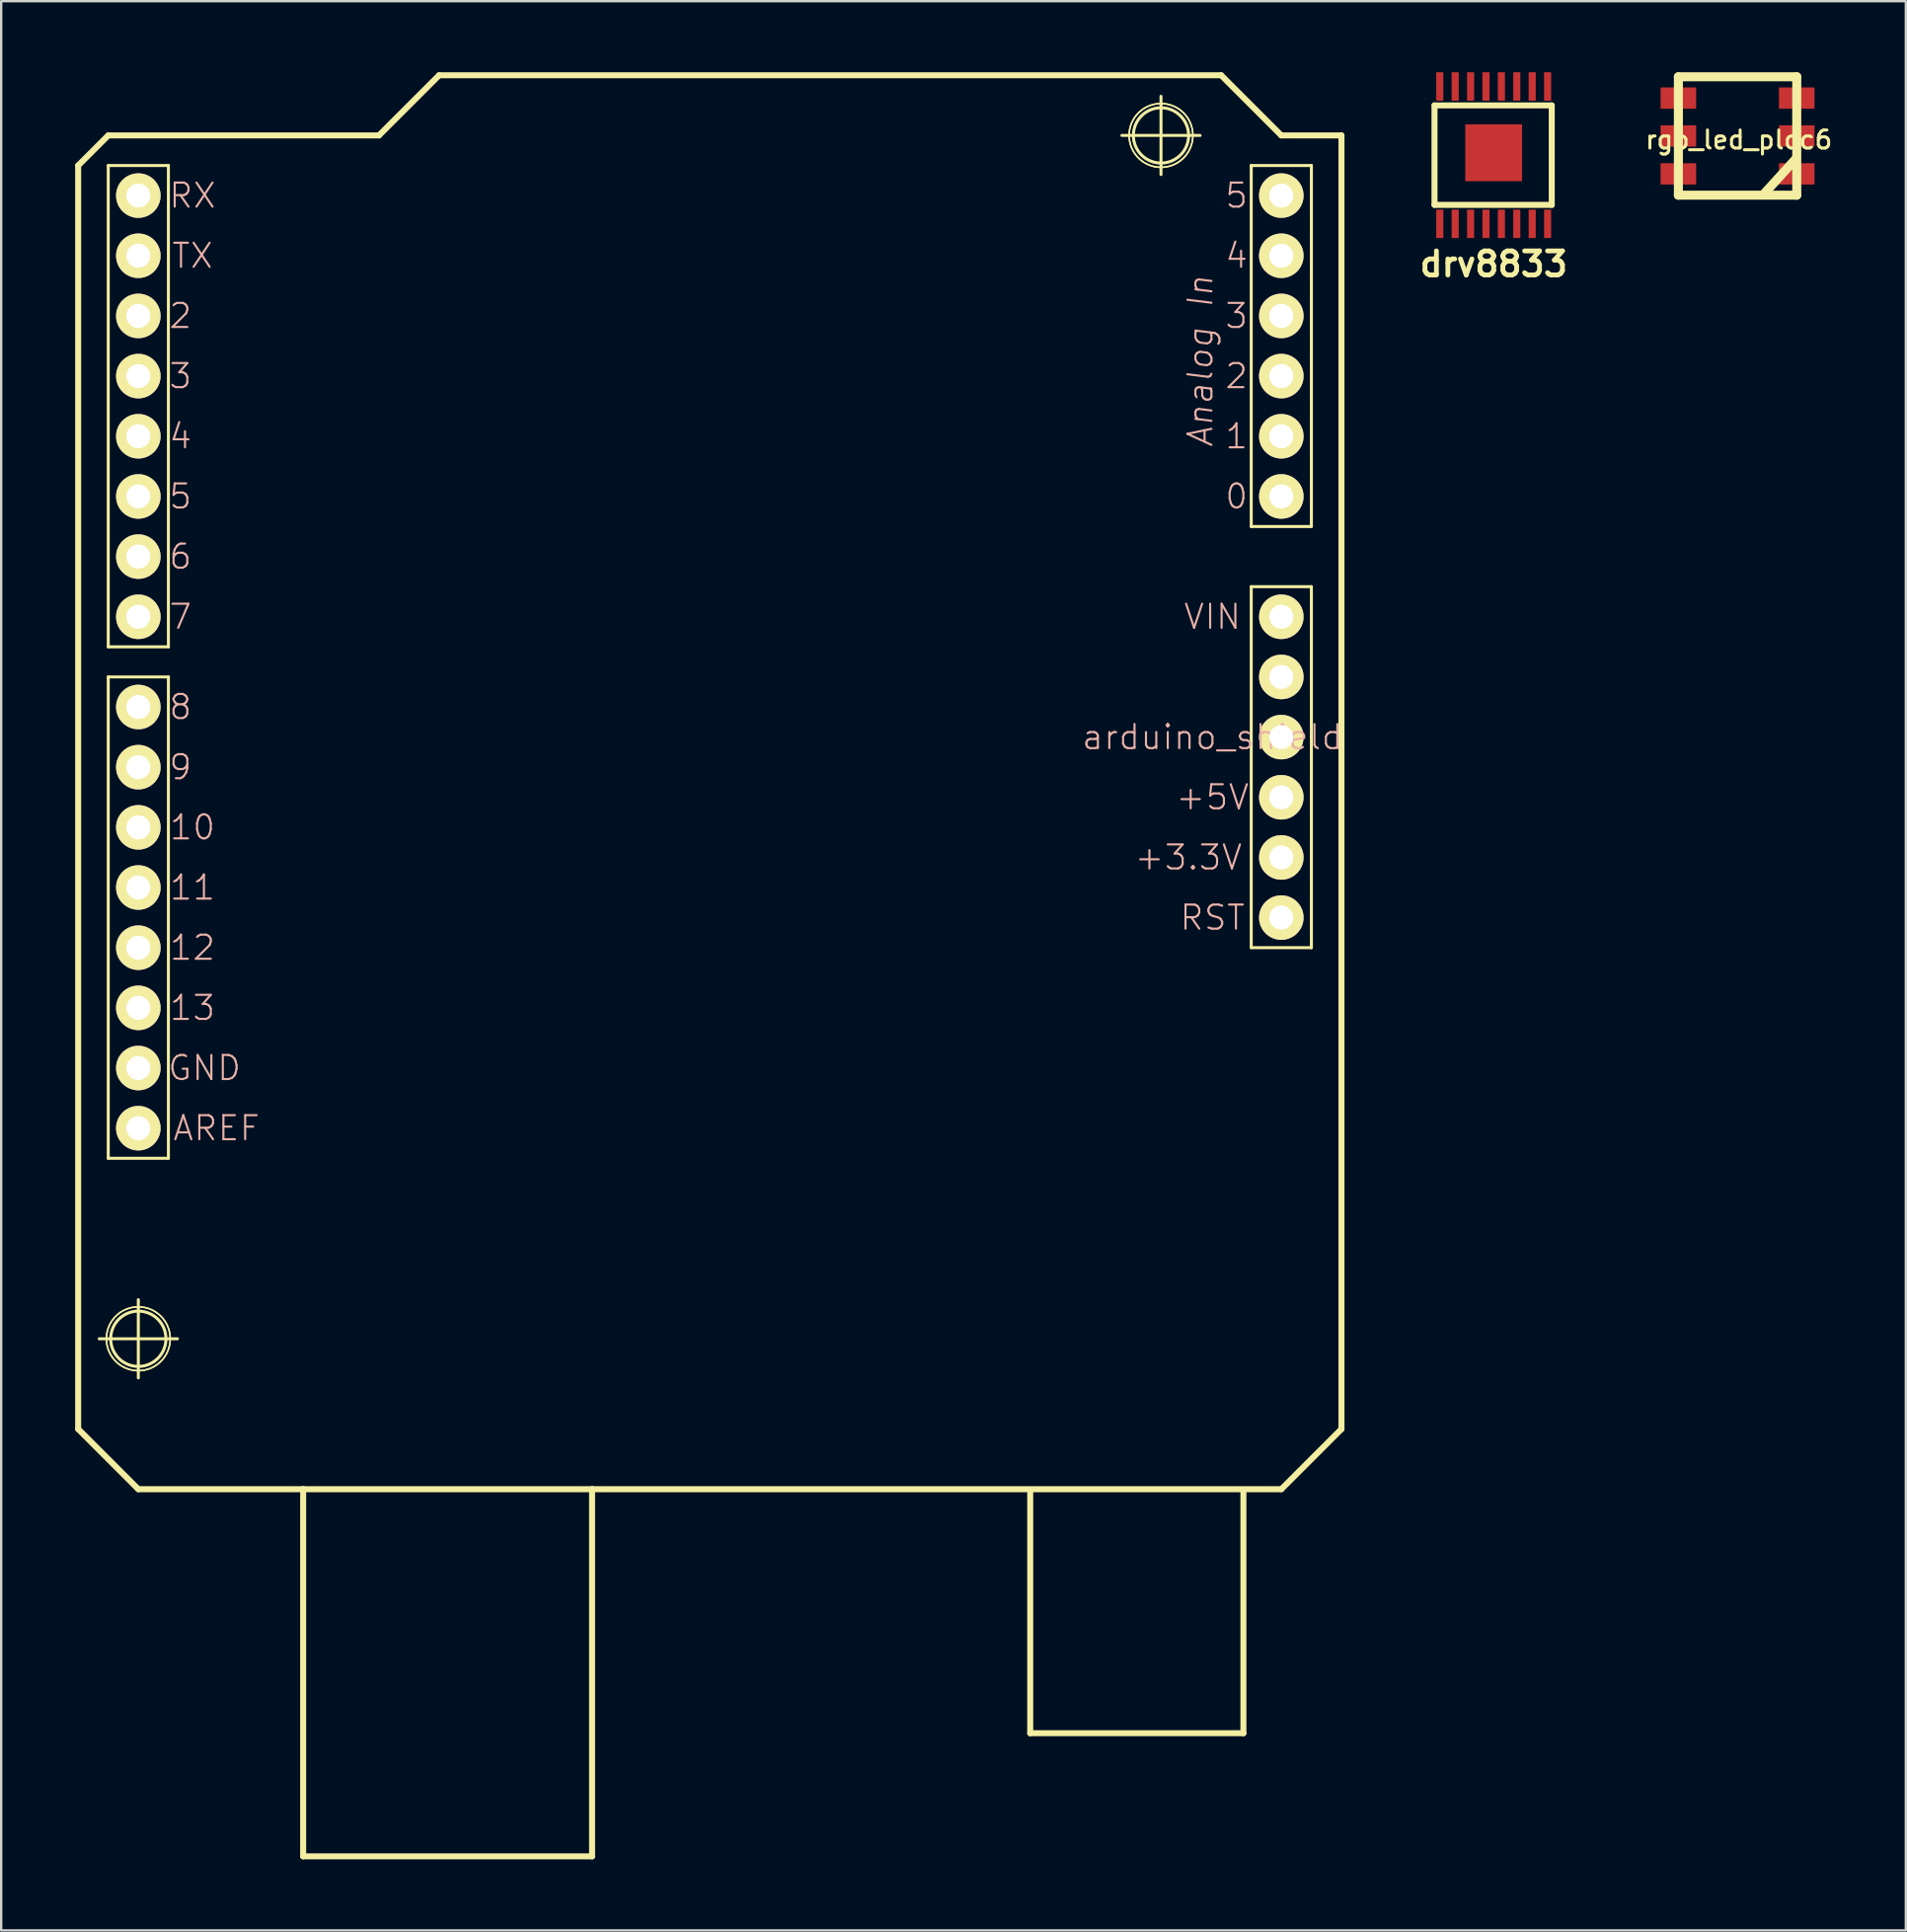
<source format=kicad_pcb>
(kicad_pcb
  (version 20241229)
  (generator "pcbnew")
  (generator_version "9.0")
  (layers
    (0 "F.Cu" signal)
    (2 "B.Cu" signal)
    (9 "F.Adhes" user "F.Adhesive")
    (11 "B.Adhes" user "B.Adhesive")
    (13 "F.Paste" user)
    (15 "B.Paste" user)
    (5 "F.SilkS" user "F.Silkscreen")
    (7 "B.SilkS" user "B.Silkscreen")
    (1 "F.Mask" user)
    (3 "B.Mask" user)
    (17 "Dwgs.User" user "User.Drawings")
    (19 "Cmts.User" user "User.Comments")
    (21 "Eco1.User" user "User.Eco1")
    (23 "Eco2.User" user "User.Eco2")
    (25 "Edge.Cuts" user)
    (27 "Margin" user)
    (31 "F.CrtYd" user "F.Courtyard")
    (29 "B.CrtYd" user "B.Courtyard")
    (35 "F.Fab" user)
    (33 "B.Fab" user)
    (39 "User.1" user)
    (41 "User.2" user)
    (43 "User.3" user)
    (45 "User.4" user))
  (footprint "drv8833"
    (layer "F.Cu")
    (at 60.017 3.399)
    (property "Reference" "drv8833" (at 0 4.699 0) (layer "F.SilkS") (effects (font (size 1.016 1.016) (thickness 0.203))))
    (attr smd)
    (fp_line (start -2.499 -1.999) (end 2.451 -1.999) (stroke (width 0.254) (type solid)) (layer "F.SilkS"))
    (fp_line (start -2.499 2.2) (end -2.499 -1.999) (stroke (width 0.254) (type solid)) (layer "F.SilkS"))
    (fp_line (start 2.451 -1.999) (end 2.451 2.2) (stroke (width 0.254) (type solid)) (layer "F.SilkS"))
    (fp_line (start 2.451 2.2) (end -2.499 2.2) (stroke (width 0.254) (type solid)) (layer "F.SilkS"))
    (pad "1" smd rect (at -2.276 3) (size 0.3 1.199) (layers "F.Cu" "F.Mask" "F.Paste"))
    (pad "2" smd rect (at -1.626 3) (size 0.3 1.199) (layers "F.Cu" "F.Mask" "F.Paste"))
    (pad "3" smd rect (at -0.975 3) (size 0.3 1.199) (layers "F.Cu" "F.Mask" "F.Paste"))
    (pad "3" smd rect (at 0 0) (size 2.4 2.4) (layers "F.Cu" "F.Mask" "F.Paste"))
    (pad "4" smd rect (at -0.325 3) (size 0.3 1.199) (layers "F.Cu" "F.Mask" "F.Paste"))
    (pad "5" smd rect (at 0.325 3) (size 0.3 1.199) (layers "F.Cu" "F.Mask" "F.Paste"))
    (pad "6" smd rect (at 0.975 3) (size 0.3 1.199) (layers "F.Cu" "F.Mask" "F.Paste"))
    (pad "7" smd rect (at 1.626 3) (size 0.3 1.199) (layers "F.Cu" "F.Mask" "F.Paste"))
    (pad "8" smd rect (at 2.276 3) (size 0.3 1.199) (layers "F.Cu" "F.Mask" "F.Paste"))
    (pad "9" smd rect (at 2.276 -2.799) (size 0.3 1.199) (layers "F.Cu" "F.Mask" "F.Paste"))
    (pad "10" smd rect (at 1.626 -2.799) (size 0.3 1.199) (layers "F.Cu" "F.Mask" "F.Paste"))
    (pad "11" smd rect (at 0.975 -2.799) (size 0.3 1.199) (layers "F.Cu" "F.Mask" "F.Paste"))
    (pad "12" smd rect (at 0.325 -2.799) (size 0.3 1.199) (layers "F.Cu" "F.Mask" "F.Paste"))
    (pad "13" smd rect (at -0.325 -2.799) (size 0.3 1.199) (layers "F.Cu" "F.Mask" "F.Paste"))
    (pad "14" smd rect (at -0.975 -2.799) (size 0.3 1.199) (layers "F.Cu" "F.Mask" "F.Paste"))
    (pad "15" smd rect (at -1.626 -2.799) (size 0.3 1.199) (layers "F.Cu" "F.Mask" "F.Paste"))
    (pad "16" smd rect (at -2.276 -2.799) (size 0.3 1.199) (layers "F.Cu" "F.Mask" "F.Paste")))
  (footprint "rgb_led_plcc6"
    (layer "F.Cu")
    (at 70.314 2.69)
    (property "Reference" "rgb_led_plcc6" (at 0.053 0.163 0) (layer "F.SilkS") (effects (font (size 0.762 0.762) (thickness 0.127))))
    (attr through_hole)
    (fp_line (start -2.499 -2.499) (end 2.499 -2.499) (stroke (width 0.381) (type solid)) (layer "F.SilkS"))
    (fp_line (start -2.499 2.499) (end -2.499 -2.499) (stroke (width 0.381) (type solid)) (layer "F.SilkS"))
    (fp_line (start 1.143 2.413) (end 2.413 1.016) (stroke (width 0.381) (type solid)) (layer "F.SilkS"))
    (fp_line (start 2.499 -2.499) (end 2.499 2.499) (stroke (width 0.381) (type solid)) (layer "F.SilkS"))
    (fp_line (start 2.499 2.499) (end -2.499 2.499) (stroke (width 0.381) (type solid)) (layer "F.SilkS"))
    (pad "1" smd rect (at -2.499 -1.6 90) (size 0.899 1.501) (layers "F.Cu" "F.Mask" "F.Paste"))
    (pad "2" smd rect (at 2.499 -1.6 90) (size 0.899 1.501) (layers "F.Cu" "F.Mask" "F.Paste"))
    (pad "3" smd rect (at -2.499 0 90) (size 0.899 1.501) (layers "F.Cu" "F.Mask" "F.Paste"))
    (pad "4" smd rect (at 2.499 0 90) (size 0.899 1.501) (layers "F.Cu" "F.Mask" "F.Paste"))
    (pad "5" smd rect (at -2.499 1.6 90) (size 0.899 1.501) (layers "F.Cu" "F.Mask" "F.Paste"))
    (pad "6" smd rect (at 2.499 1.6 90) (size 0.899 1.501) (layers "F.Cu" "F.Mask" "F.Paste")))
  (footprint "arduino_shield"
    (layer "F.Cu")
    (at 0.25 59.817)
    (property "Reference" "arduino_shield" (at 47.892 -31.75 180) (layer "B.SilkS") (effects (font (size 1.016 1.016) (thickness 0.089))))
    (attr exclude_from_pos_files exclude_from_bom)
    (fp_line (start 0 -55.88) (end 0 -2.54) (stroke (width 0.254) (type solid)) (layer "F.SilkS"))
    (fp_line (start 0 -2.54) (end 2.54 0) (stroke (width 0.254) (type solid)) (layer "F.SilkS"))
    (fp_line (start 0.889 -6.35) (end 4.191 -6.35) (stroke (width 0.127) (type solid)) (layer "F.SilkS"))
    (fp_line (start 1.27 -57.15) (end 0 -55.88) (stroke (width 0.254) (type solid)) (layer "F.SilkS"))
    (fp_line (start 1.27 -55.88) (end 3.81 -55.88) (stroke (width 0.127) (type solid)) (layer "F.SilkS"))
    (fp_line (start 1.27 -35.56) (end 1.27 -55.88) (stroke (width 0.127) (type solid)) (layer "F.SilkS"))
    (fp_line (start 1.27 -34.29) (end 3.81 -34.29) (stroke (width 0.127) (type solid)) (layer "F.SilkS"))
    (fp_line (start 1.27 -13.97) (end 1.27 -34.29) (stroke (width 0.127) (type solid)) (layer "F.SilkS"))
    (fp_line (start 2.54 -4.699) (end 2.54 -8.001) (stroke (width 0.127) (type solid)) (layer "F.SilkS"))
    (fp_line (start 2.54 0) (end 9.5 0) (stroke (width 0.254) (type solid)) (layer "F.SilkS"))
    (fp_line (start 3.81 -55.88) (end 3.81 -35.56) (stroke (width 0.127) (type solid)) (layer "F.SilkS"))
    (fp_line (start 3.81 -35.56) (end 1.27 -35.56) (stroke (width 0.127) (type solid)) (layer "F.SilkS"))
    (fp_line (start 3.81 -34.29) (end 3.81 -13.97) (stroke (width 0.127) (type solid)) (layer "F.SilkS"))
    (fp_line (start 3.81 -13.97) (end 1.27 -13.97) (stroke (width 0.127) (type solid)) (layer "F.SilkS"))
    (fp_line (start 9.5 0) (end 21.699 0) (stroke (width 0.254) (type solid)) (layer "F.SilkS"))
    (fp_line (start 9.5 15.499) (end 9.5 0) (stroke (width 0.254) (type solid)) (layer "F.SilkS"))
    (fp_line (start 9.5 15.499) (end 21.699 15.499) (stroke (width 0.254) (type solid)) (layer "F.SilkS"))
    (fp_line (start 12.7 -57.15) (end 1.27 -57.15) (stroke (width 0.254) (type solid)) (layer "F.SilkS"))
    (fp_line (start 15.24 -59.69) (end 12.7 -57.15) (stroke (width 0.254) (type solid)) (layer "F.SilkS"))
    (fp_line (start 21.699 0) (end 50.8 0) (stroke (width 0.254) (type solid)) (layer "F.SilkS"))
    (fp_line (start 21.699 15.499) (end 21.699 0) (stroke (width 0.254) (type solid)) (layer "F.SilkS"))
    (fp_line (start 40.198 10.3) (end 40.198 0.099) (stroke (width 0.254) (type solid)) (layer "F.SilkS"))
    (fp_line (start 40.198 10.3) (end 49.2 10.3) (stroke (width 0.254) (type solid)) (layer "F.SilkS"))
    (fp_line (start 44.069 -57.15) (end 47.371 -57.15) (stroke (width 0.127) (type solid)) (layer "F.SilkS"))
    (fp_line (start 45.72 -55.499) (end 45.72 -58.801) (stroke (width 0.127) (type solid)) (layer "F.SilkS"))
    (fp_line (start 48.26 -59.69) (end 15.24 -59.69) (stroke (width 0.254) (type solid)) (layer "F.SilkS"))
    (fp_line (start 49.2 10.3) (end 49.2 0.099) (stroke (width 0.254) (type solid)) (layer "F.SilkS"))
    (fp_line (start 49.53 -55.88) (end 52.07 -55.88) (stroke (width 0.127) (type solid)) (layer "F.SilkS"))
    (fp_line (start 49.53 -40.64) (end 49.53 -55.88) (stroke (width 0.127) (type solid)) (layer "F.SilkS"))
    (fp_line (start 49.53 -38.1) (end 49.53 -22.86) (stroke (width 0.127) (type solid)) (layer "F.SilkS"))
    (fp_line (start 49.53 -22.86) (end 52.07 -22.86) (stroke (width 0.127) (type solid)) (layer "F.SilkS"))
    (fp_line (start 50.8 -57.15) (end 48.26 -59.69) (stroke (width 0.254) (type solid)) (layer "F.SilkS"))
    (fp_line (start 50.8 0) (end 53.34 -2.54) (stroke (width 0.254) (type solid)) (layer "F.SilkS"))
    (fp_line (start 52.07 -55.88) (end 52.07 -40.64) (stroke (width 0.127) (type solid)) (layer "F.SilkS"))
    (fp_line (start 52.07 -40.64) (end 49.53 -40.64) (stroke (width 0.127) (type solid)) (layer "F.SilkS"))
    (fp_line (start 52.07 -38.1) (end 49.53 -38.1) (stroke (width 0.127) (type solid)) (layer "F.SilkS"))
    (fp_line (start 52.07 -22.86) (end 52.07 -38.1) (stroke (width 0.127) (type solid)) (layer "F.SilkS"))
    (fp_line (start 53.34 -57.15) (end 50.8 -57.15) (stroke (width 0.254) (type solid)) (layer "F.SilkS"))
    (fp_line (start 53.34 -2.54) (end 53.34 -57.15) (stroke (width 0.254) (type solid)) (layer "F.SilkS"))
    (fp_circle (center 2.54 -6.35) (end 3.365 -7.176) (stroke (width 0.127) (type solid)) (fill no) (layer "F.SilkS"))
    (fp_circle (center 2.54 -6.35) (end 3.493 -7.303) (stroke (width 0.064) (type solid)) (fill no) (layer "F.SilkS"))
    (fp_circle (center 2.54 -6.35) (end 3.493 -7.303) (stroke (width 0.064) (type solid)) (fill no) (layer "F.SilkS"))
    (fp_circle (center 45.72 -57.15) (end 46.545 -57.975) (stroke (width 0.127) (type solid)) (fill no) (layer "F.SilkS"))
    (fp_circle (center 45.72 -57.15) (end 46.672 -58.102) (stroke (width 0.064) (type solid)) (fill no) (layer "F.SilkS"))
    (fp_circle (center 45.72 -57.15) (end 46.672 -58.102) (stroke (width 0.064) (type solid)) (fill no) (layer "F.SilkS"))
    (fp_text user "AREF" (at 5.842 -15.24 0) (layer "B.SilkS") (effects (font (size 1.016 1.016) (thickness 0.089))))
    (fp_text user "VIN" (at 47.892 -36.83 180) (layer "B.SilkS") (effects (font (size 1.016 1.016) (thickness 0.089))))
    (fp_text user "5" (at 48.908 -54.61 180) (layer "B.SilkS") (effects (font (size 1.016 1.016) (thickness 0.089))))
    (fp_text user "Analog In" (at 47.384 -47.625 270) (layer "B.SilkS") (effects (font (size 1.016 1.016) (thickness 0.089) (italic yes))))
    (fp_text user "6" (at 4.318 -39.37 0) (layer "B.SilkS") (effects (font (size 1.016 1.016) (thickness 0.089))))
    (fp_text user "10" (at 4.826 -27.94 0) (layer "B.SilkS") (effects (font (size 1.016 1.016) (thickness 0.089))))
    (fp_text user "4" (at 4.318 -44.45 0) (layer "B.SilkS") (effects (font (size 1.016 1.016) (thickness 0.089))))
    (fp_text user "11" (at 4.826 -25.4 0) (layer "B.SilkS") (effects (font (size 1.016 1.016) (thickness 0.089))))
    (fp_text user "7" (at 4.318 -36.83 0) (layer "B.SilkS") (effects (font (size 1.016 1.016) (thickness 0.089))))
    (fp_text user "9" (at 4.318 -30.48 0) (layer "B.SilkS") (effects (font (size 1.016 1.016) (thickness 0.089))))
    (fp_text user "2" (at 48.908 -46.99 180) (layer "B.SilkS") (effects (font (size 1.016 1.016) (thickness 0.089))))
    (fp_text user "3" (at 4.318 -46.99 0) (layer "B.SilkS") (effects (font (size 1.016 1.016) (thickness 0.089))))
    (fp_text user "+3.3V" (at 46.876 -26.67 180) (layer "B.SilkS") (effects (font (size 1.016 1.016) (thickness 0.089))))
    (fp_text user "TX" (at 4.826 -52.07 0) (layer "B.SilkS") (effects (font (size 1.016 1.016) (thickness 0.089))))
    (fp_text user "0" (at 48.908 -41.91 180) (layer "B.SilkS") (effects (font (size 1.016 1.016) (thickness 0.089))))
    (fp_text user "2" (at 4.318 -49.53 0) (layer "B.SilkS") (effects (font (size 1.016 1.016) (thickness 0.089))))
    (fp_text user "12" (at 4.826 -22.86 0) (layer "B.SilkS") (effects (font (size 1.016 1.016) (thickness 0.089))))
    (fp_text user "+5V" (at 47.892 -29.21 180) (layer "B.SilkS") (effects (font (size 1.016 1.016) (thickness 0.089))))
    (fp_text user "RST" (at 47.892 -24.13 180) (layer "B.SilkS") (effects (font (size 1.016 1.016) (thickness 0.089))))
    (fp_text user "5" (at 4.318 -41.91 0) (layer "B.SilkS") (effects (font (size 1.016 1.016) (thickness 0.089))))
    (fp_text user "4" (at 48.908 -52.07 180) (layer "B.SilkS") (effects (font (size 1.016 1.016) (thickness 0.089))))
    (fp_text user "1" (at 48.908 -44.45 180) (layer "B.SilkS") (effects (font (size 1.016 1.016) (thickness 0.089))))
    (fp_text user "13" (at 4.826 -20.32 0) (layer "B.SilkS") (effects (font (size 1.016 1.016) (thickness 0.089))))
    (fp_text user "8" (at 4.318 -33.02 0) (layer "B.SilkS") (effects (font (size 1.016 1.016) (thickness 0.089))))
    (fp_text user "RX" (at 4.826 -54.61 0) (layer "B.SilkS") (effects (font (size 1.016 1.016) (thickness 0.089))))
    (fp_text user "GND" (at 5.334 -17.78 0) (layer "B.SilkS") (effects (font (size 1.016 1.016) (thickness 0.089))))
    (fp_text user "3" (at 48.908 -49.53 180) (layer "B.SilkS") (effects (font (size 1.016 1.016) (thickness 0.089))))
    (pad "3.3V" thru_hole circle (at 50.8 -26.67) (size 1.88 1.88) (drill 1.016) (layers "*.Cu" "F.Mask" "F.SilkS" "F.Paste"))
    (pad "5V" thru_hole circle (at 50.8 -29.21) (size 1.88 1.88) (drill 1.016) (layers "*.Cu" "F.Mask" "F.SilkS" "F.Paste"))
    (pad "A0" thru_hole circle (at 50.8 -41.91) (size 1.88 1.88) (drill 1.016) (layers "*.Cu" "F.Mask" "F.SilkS" "F.Paste"))
    (pad "A1" thru_hole circle (at 50.8 -44.45) (size 1.88 1.88) (drill 1.016) (layers "*.Cu" "F.Mask" "F.SilkS" "F.Paste"))
    (pad "A2" thru_hole circle (at 50.8 -46.99) (size 1.88 1.88) (drill 1.016) (layers "*.Cu" "F.Mask" "F.SilkS" "F.Paste"))
    (pad "A3" thru_hole circle (at 50.8 -49.53) (size 1.88 1.88) (drill 1.016) (layers "*.Cu" "F.Mask" "F.SilkS" "F.Paste"))
    (pad "A4" thru_hole circle (at 50.8 -52.07) (size 1.88 1.88) (drill 1.016) (layers "*.Cu" "F.Mask" "F.SilkS" "F.Paste"))
    (pad "A5" thru_hole circle (at 50.8 -54.61) (size 1.88 1.88) (drill 1.016) (layers "*.Cu" "F.Mask" "F.SilkS" "F.Paste"))
    (pad "AREF" thru_hole circle (at 2.54 -15.24) (size 1.88 1.88) (drill 1.016) (layers "*.Cu" "F.Mask" "F.SilkS" "F.Paste"))
    (pad "D2" thru_hole circle (at 2.54 -49.53) (size 1.88 1.88) (drill 1.016) (layers "*.Cu" "F.Mask" "F.SilkS" "F.Paste"))
    (pad "D3" thru_hole circle (at 2.54 -46.99) (size 1.88 1.88) (drill 1.016) (layers "*.Cu" "F.Mask" "F.SilkS" "F.Paste"))
    (pad "D4" thru_hole circle (at 2.54 -44.45) (size 1.88 1.88) (drill 1.016) (layers "*.Cu" "F.Mask" "F.SilkS" "F.Paste"))
    (pad "D5" thru_hole circle (at 2.54 -41.91) (size 1.88 1.88) (drill 1.016) (layers "*.Cu" "F.Mask" "F.SilkS" "F.Paste"))
    (pad "D6" thru_hole circle (at 2.54 -39.37) (size 1.88 1.88) (drill 1.016) (layers "*.Cu" "F.Mask" "F.SilkS" "F.Paste"))
    (pad "D7" thru_hole circle (at 2.54 -36.83) (size 1.88 1.88) (drill 1.016) (layers "*.Cu" "F.Mask" "F.SilkS" "F.Paste"))
    (pad "D8" thru_hole circle (at 2.54 -33.02) (size 1.88 1.88) (drill 1.016) (layers "*.Cu" "F.Mask" "F.SilkS" "F.Paste"))
    (pad "D9" thru_hole circle (at 2.54 -30.48) (size 1.88 1.88) (drill 1.016) (layers "*.Cu" "F.Mask" "F.SilkS" "F.Paste"))
    (pad "D10" thru_hole circle (at 2.54 -27.94) (size 1.88 1.88) (drill 1.016) (layers "*.Cu" "F.Mask" "F.SilkS" "F.Paste"))
    (pad "D11" thru_hole circle (at 2.54 -25.4) (size 1.88 1.88) (drill 1.016) (layers "*.Cu" "F.Mask" "F.SilkS" "F.Paste"))
    (pad "D12" thru_hole circle (at 2.54 -22.86) (size 1.88 1.88) (drill 1.016) (layers "*.Cu" "F.Mask" "F.SilkS" "F.Paste"))
    (pad "D13" thru_hole circle (at 2.54 -20.32) (size 1.88 1.88) (drill 1.016) (layers "*.Cu" "F.Mask" "F.SilkS" "F.Paste"))
    (pad "GND@" thru_hole circle (at 2.54 -17.78) (size 1.88 1.88) (drill 1.016) (layers "*.Cu" "F.Mask" "F.SilkS" "F.Paste"))
    (pad "GND@" thru_hole circle (at 50.8 -34.29) (size 1.88 1.88) (drill 1.016) (layers "*.Cu" "F.Mask" "F.SilkS" "F.Paste"))
    (pad "GND@" thru_hole circle (at 50.8 -31.75) (size 1.88 1.88) (drill 1.016) (layers "*.Cu" "F.Mask" "F.SilkS" "F.Paste"))
    (pad "RES" thru_hole circle (at 50.8 -24.13) (size 1.88 1.88) (drill 1.016) (layers "*.Cu" "F.Mask" "F.SilkS" "F.Paste"))
    (pad "RX" thru_hole circle (at 2.54 -54.61) (size 1.88 1.88) (drill 1.016) (layers "*.Cu" "F.Mask" "F.SilkS" "F.Paste"))
    (pad "TX" thru_hole circle (at 2.54 -52.07) (size 1.88 1.88) (drill 1.016) (layers "*.Cu" "F.Mask" "F.SilkS" "F.Paste"))
    (pad "VIN" thru_hole circle (at 50.8 -36.83) (size 1.88 1.88) (drill 1.016) (layers "*.Cu" "F.Mask" "F.SilkS" "F.Paste")))
  (gr_rect
    (start -3 -3)
    (end 77.419 78.443)
    (stroke (width 0.1) (type default))
    (fill no)
    (layer "Edge.Cuts")))
</source>
